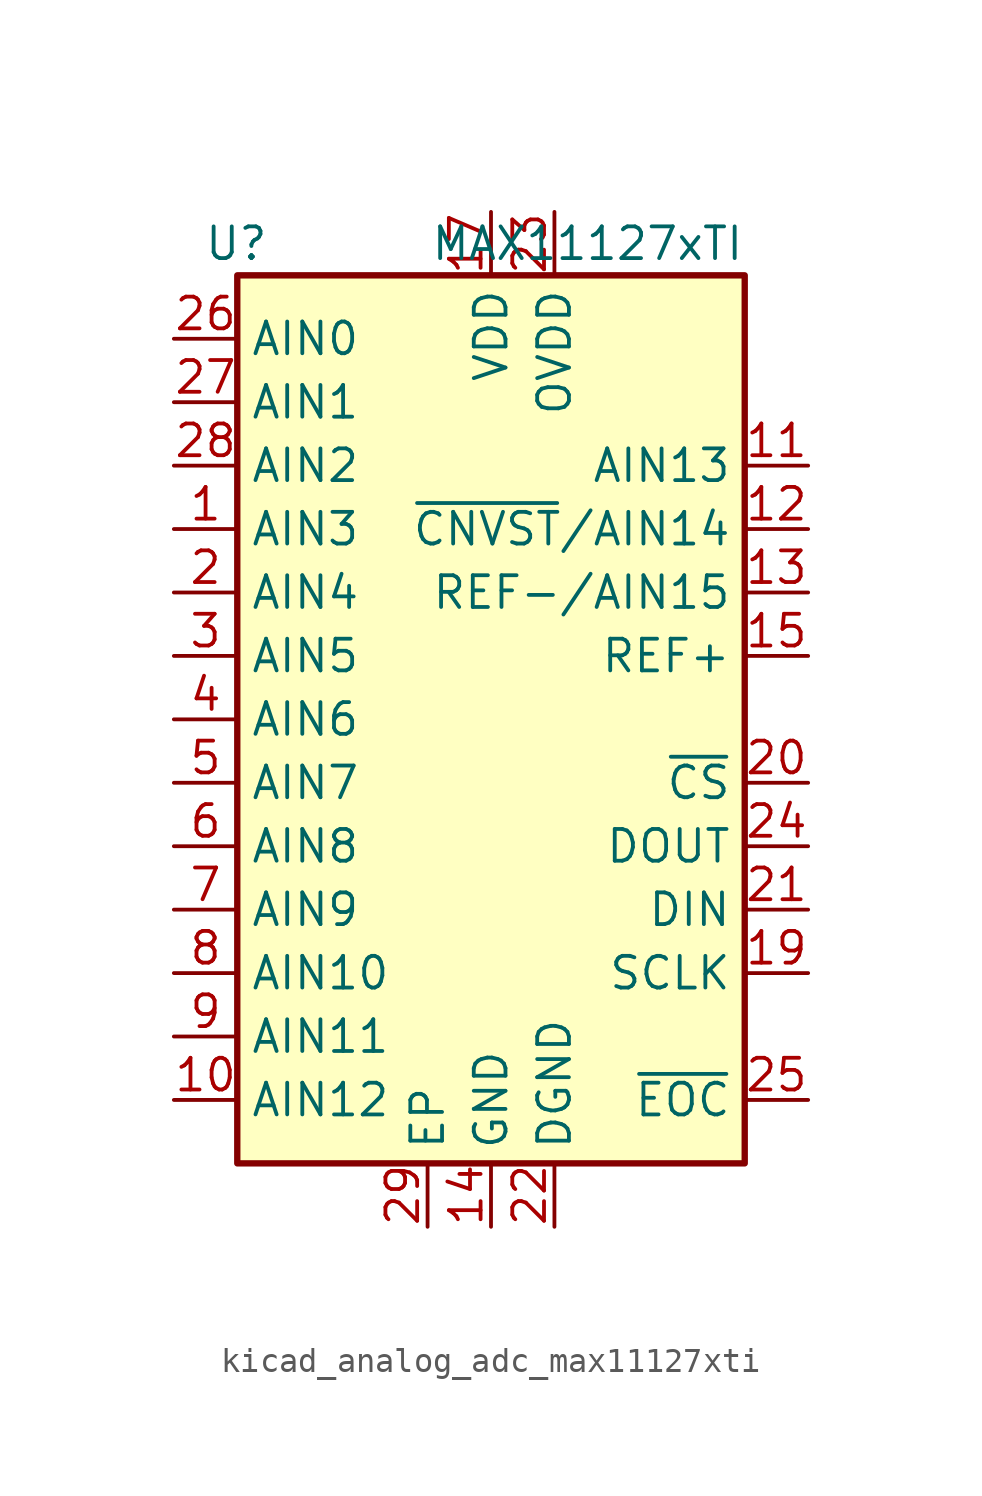
<source format=kicad_sym>
(kicad_symbol_lib
  (version 20220914)
  (generator kicad_symbol_editor)
  (symbol "kicad_analog_adc_max11127xti"
    (property "Reference" "U"
      (at -8.89 19.05 0)
      (effects (font (size 1.27 1.27)) (justify right)))
    (property "Value" "MAX11127xTI"
      (at 10.16 19.05 0)
      (effects (font (size 1.27 1.27)) (justify right)))
    (symbol "kicad_analog_adc_max11127xti_0_1"
      (rectangle (start 10.16 17.78) (end -10.16 -17.78) (stroke (width 0.254) (type default)) (fill (type background))))
    (symbol "kicad_analog_adc_max11127xti_1_1"
      (pin input line (at -12.7 7.62 0) (length 2.54) (name "AIN3" (effects (font (size 1.27 1.27)))) (number "1" (effects (font (size 1.27 1.27)))))
      (pin input line (at -12.7 -15.24 0) (length 2.54) (name "AIN12" (effects (font (size 1.27 1.27)))) (number "10" (effects (font (size 1.27 1.27)))))
      (pin input line (at 12.7 10.16 180) (length 2.54) (name "AIN13" (effects (font (size 1.27 1.27)))) (number "11" (effects (font (size 1.27 1.27)))))
      (pin input line (at 12.7 7.62 180) (length 2.54) (name "~{CNVST}/AIN14" (effects (font (size 1.27 1.27)))) (number "12" (effects (font (size 1.27 1.27)))))
      (pin input line (at 12.7 5.08 180) (length 2.54) (name "REF-/AIN15" (effects (font (size 1.27 1.27)))) (number "13" (effects (font (size 1.27 1.27)))))
      (pin power_in line (at 0 -20.32 90) (length 2.54) (name "GND" (effects (font (size 1.27 1.27)))) (number "14" (effects (font (size 1.27 1.27)))))
      (pin input line (at 12.7 2.54 180) (length 2.54) (name "REF+" (effects (font (size 1.27 1.27)))) (number "15" (effects (font (size 1.27 1.27)))))
      (pin passive line (at 0 -20.32 90) (length 2.54) hide (name "GND" (effects (font (size 1.27 1.27)))) (number "16" (effects (font (size 1.27 1.27)))))
      (pin power_in line (at 0 20.32 270) (length 2.54) (name "VDD" (effects (font (size 1.27 1.27)))) (number "17" (effects (font (size 1.27 1.27)))))
      (pin passive line (at 0 20.32 270) (length 2.54) hide (name "VDD" (effects (font (size 1.27 1.27)))) (number "18" (effects (font (size 1.27 1.27)))))
      (pin input line (at 12.7 -10.16 180) (length 2.54) (name "SCLK" (effects (font (size 1.27 1.27)))) (number "19" (effects (font (size 1.27 1.27)))))
      (pin input line (at -12.7 5.08 0) (length 2.54) (name "AIN4" (effects (font (size 1.27 1.27)))) (number "2" (effects (font (size 1.27 1.27)))))
      (pin input line (at 12.7 -2.54 180) (length 2.54) (name "~{CS}" (effects (font (size 1.27 1.27)))) (number "20" (effects (font (size 1.27 1.27)))))
      (pin input line (at 12.7 -7.62 180) (length 2.54) (name "DIN" (effects (font (size 1.27 1.27)))) (number "21" (effects (font (size 1.27 1.27)))))
      (pin power_in line (at 2.54 -20.32 90) (length 2.54) (name "DGND" (effects (font (size 1.27 1.27)))) (number "22" (effects (font (size 1.27 1.27)))))
      (pin power_in line (at 2.54 20.32 270) (length 2.54) (name "OVDD" (effects (font (size 1.27 1.27)))) (number "23" (effects (font (size 1.27 1.27)))))
      (pin output line (at 12.7 -5.08 180) (length 2.54) (name "DOUT" (effects (font (size 1.27 1.27)))) (number "24" (effects (font (size 1.27 1.27)))))
      (pin output line (at 12.7 -15.24 180) (length 2.54) (name "~{EOC}" (effects (font (size 1.27 1.27)))) (number "25" (effects (font (size 1.27 1.27)))))
      (pin input line (at -12.7 15.24 0) (length 2.54) (name "AIN0" (effects (font (size 1.27 1.27)))) (number "26" (effects (font (size 1.27 1.27)))))
      (pin input line (at -12.7 12.7 0) (length 2.54) (name "AIN1" (effects (font (size 1.27 1.27)))) (number "27" (effects (font (size 1.27 1.27)))))
      (pin input line (at -12.7 10.16 0) (length 2.54) (name "AIN2" (effects (font (size 1.27 1.27)))) (number "28" (effects (font (size 1.27 1.27)))))
      (pin power_in line (at -2.54 -20.32 90) (length 2.54) (name "EP" (effects (font (size 1.27 1.27)))) (number "29" (effects (font (size 1.27 1.27)))))
      (pin input line (at -12.7 2.54 0) (length 2.54) (name "AIN5" (effects (font (size 1.27 1.27)))) (number "3" (effects (font (size 1.27 1.27)))))
      (pin input line (at -12.7 0 0) (length 2.54) (name "AIN6" (effects (font (size 1.27 1.27)))) (number "4" (effects (font (size 1.27 1.27)))))
      (pin input line (at -12.7 -2.54 0) (length 2.54) (name "AIN7" (effects (font (size 1.27 1.27)))) (number "5" (effects (font (size 1.27 1.27)))))
      (pin input line (at -12.7 -5.08 0) (length 2.54) (name "AIN8" (effects (font (size 1.27 1.27)))) (number "6" (effects (font (size 1.27 1.27)))))
      (pin input line (at -12.7 -7.62 0) (length 2.54) (name "AIN9" (effects (font (size 1.27 1.27)))) (number "7" (effects (font (size 1.27 1.27)))))
      (pin input line (at -12.7 -10.16 0) (length 2.54) (name "AIN10" (effects (font (size 1.27 1.27)))) (number "8" (effects (font (size 1.27 1.27)))))
      (pin input line (at -12.7 -12.7 0) (length 2.54) (name "AIN11" (effects (font (size 1.27 1.27)))) (number "9" (effects (font (size 1.27 1.27))))))))
</source>
